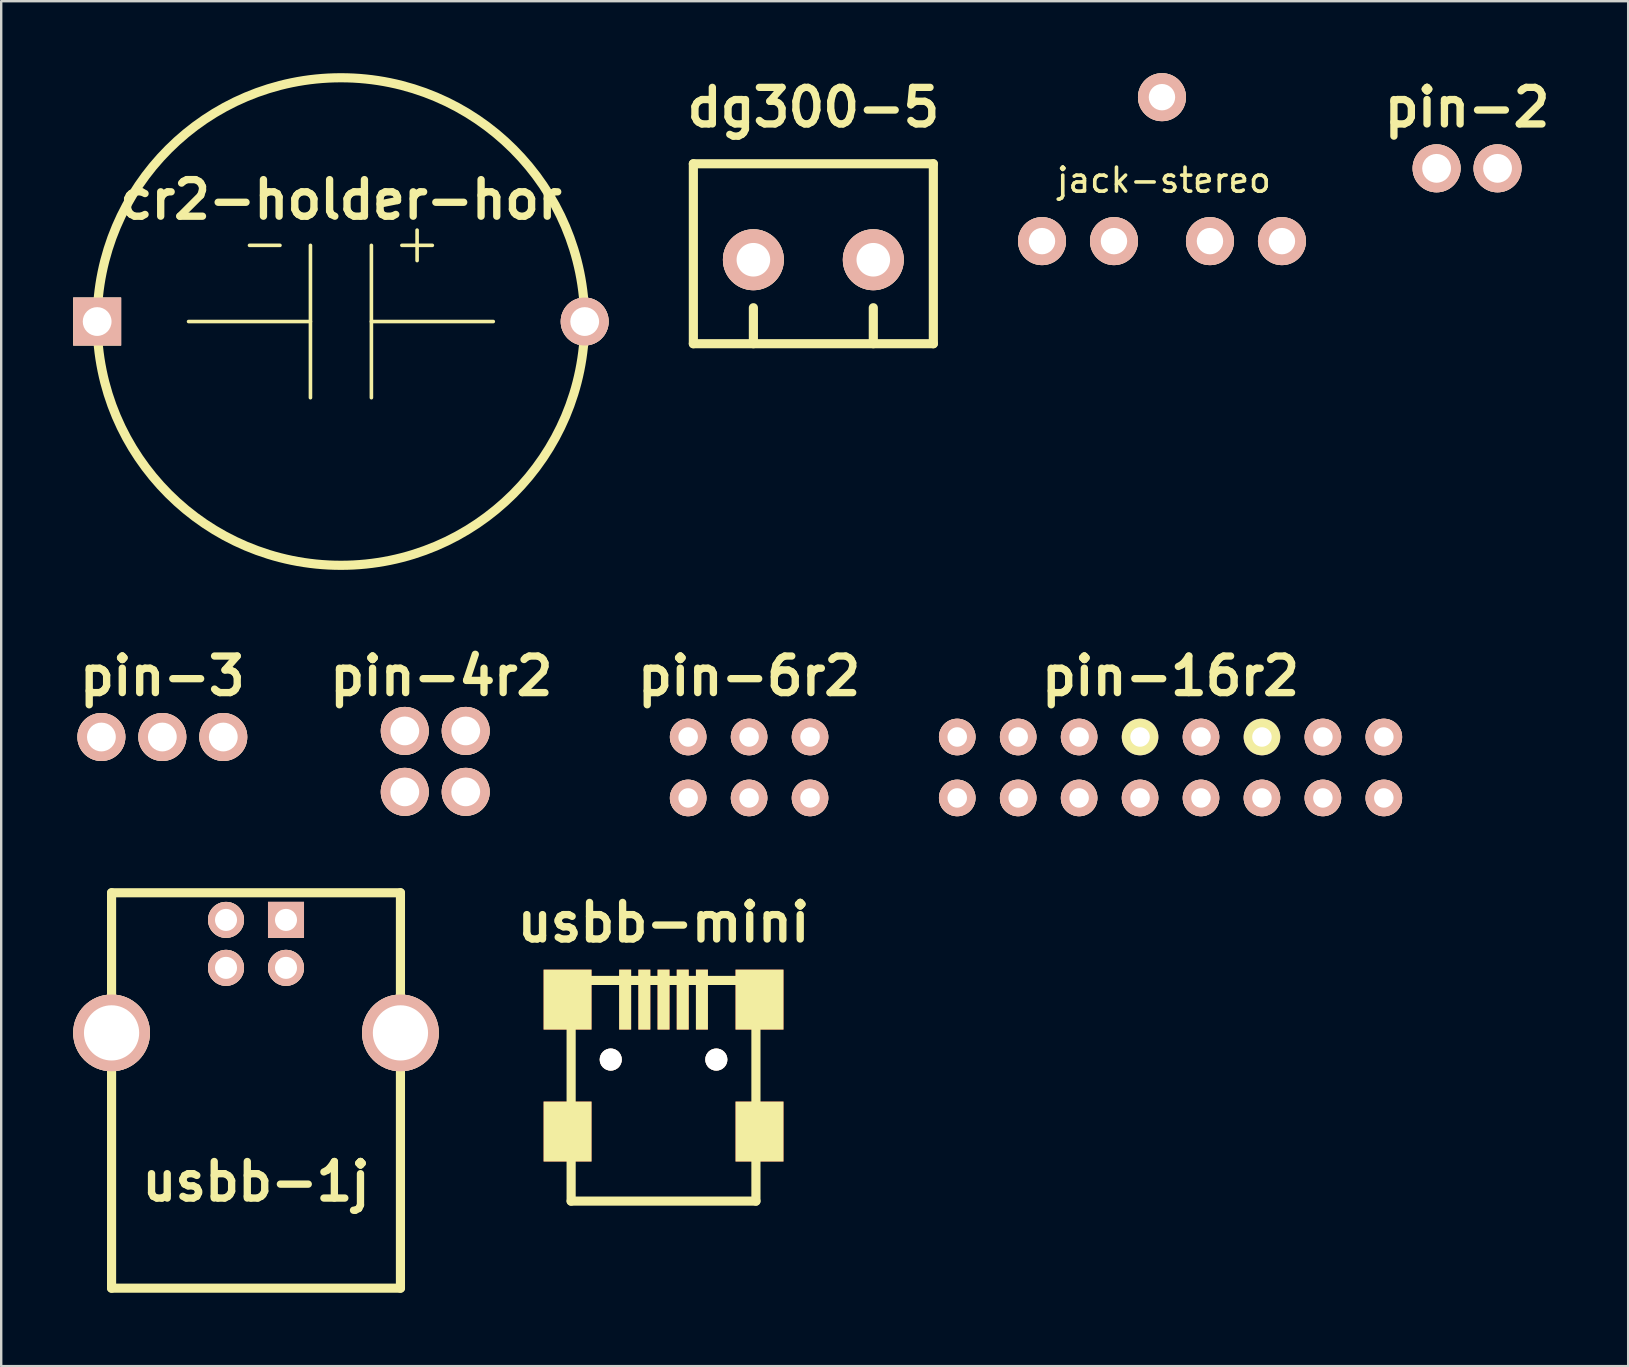
<source format=kicad_pcb>
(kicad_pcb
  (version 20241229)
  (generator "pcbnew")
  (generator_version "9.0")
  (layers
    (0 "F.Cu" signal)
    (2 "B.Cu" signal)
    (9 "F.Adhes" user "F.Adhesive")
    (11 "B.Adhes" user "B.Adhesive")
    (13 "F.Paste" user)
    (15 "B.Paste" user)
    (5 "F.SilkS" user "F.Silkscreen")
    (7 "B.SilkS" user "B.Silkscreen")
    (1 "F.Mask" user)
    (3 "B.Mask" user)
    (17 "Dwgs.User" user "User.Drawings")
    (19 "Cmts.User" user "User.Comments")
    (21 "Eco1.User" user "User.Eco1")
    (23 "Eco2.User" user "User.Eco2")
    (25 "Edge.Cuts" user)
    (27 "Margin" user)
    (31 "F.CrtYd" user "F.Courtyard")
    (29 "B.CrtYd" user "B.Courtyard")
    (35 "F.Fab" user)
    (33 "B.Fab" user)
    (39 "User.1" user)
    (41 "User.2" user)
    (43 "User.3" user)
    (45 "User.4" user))
  (footprint "pin-3"
    (layer "F.Cu")
    (at 1.176 27.667)
    (property "Reference" "pin-3" (at 2.54 -2.54 0) (layer "F.SilkS") (effects (font (size 1.524 1.524) (thickness 0.305))))
    (attr through_hole)
    (pad "1" thru_hole circle (at 0 0) (size 2 2) (drill 1.2) (layers "*.Cu" "*.SilkS" "*.Mask"))
    (pad "2" thru_hole circle (at 2.54 0) (size 2 2) (drill 1.2) (layers "*.Cu" "*.SilkS" "*.Mask"))
    (pad "3" thru_hole circle (at 5.08 0) (size 2 2) (drill 1.2) (layers "*.Cu" "*.SilkS" "*.Mask")))
  (footprint "jack-stereo"
    (layer "F.Cu")
    (at 40.379 7)
    (property "Reference" "jack-stereo" (at 5.08 -2.54 0) (layer "F.SilkS") (effects (font (size 1 1) (thickness 0.15))))
    (attr through_hole)
    (pad "" np_thru_hole circle (at 3 0) (size 2 2) (drill 1.1) (layers "*.Cu" "*.SilkS" "*.Mask"))
    (pad "" np_thru_hole circle (at 7 0) (size 2 2) (drill 1.1) (layers "*.Cu" "*.SilkS" "*.Mask"))
    (pad "1" thru_hole circle (at 0 0) (size 2 2) (drill 1.1) (layers "*.Cu" "*.SilkS" "*.Mask"))
    (pad "2" thru_hole circle (at 10 0) (size 2 2) (drill 1.1) (layers "*.Cu" "*.SilkS" "*.Mask"))
    (pad "3" thru_hole circle (at 5 -6) (size 2 2) (drill 1.1) (layers "*.Cu" "*.SilkS" "*.Mask")))
  (footprint "pin-6r2"
    (layer "F.Cu")
    (at 28.171 30.207)
    (property "Reference" "pin-6r2" (at 0 -5.08 0) (layer "F.SilkS") (effects (font (size 1.524 1.524) (thickness 0.305))))
    (attr through_hole)
    (pad "1" thru_hole circle (at -2.54 0) (size 1.524 1.524) (drill 0.813) (layers "*.Cu" "*.SilkS" "*.Mask"))
    (pad "2" thru_hole circle (at 0 0) (size 1.524 1.524) (drill 0.813) (layers "*.Cu" "*.SilkS" "*.Mask"))
    (pad "3" thru_hole circle (at 2.54 0) (size 1.524 1.524) (drill 0.813) (layers "*.Cu" "*.SilkS" "*.Mask"))
    (pad "4" thru_hole circle (at 2.54 -2.54) (size 1.524 1.524) (drill 0.813) (layers "*.Cu" "*.SilkS" "*.Mask"))
    (pad "5" thru_hole circle (at 0 -2.54) (size 1.524 1.524) (drill 0.813) (layers "*.Cu" "*.SilkS" "*.Mask"))
    (pad "6" thru_hole circle (at -2.54 -2.54) (size 1.524 1.524) (drill 0.813) (layers "*.Cu" "*.SilkS" "*.Mask")))
  (footprint "pin-2"
    (layer "F.Cu")
    (at 56.825 3.966)
    (property "Reference" "pin-2" (at 1.27 -2.54 180) (layer "F.SilkS") (effects (font (size 1.524 1.524) (thickness 0.305))))
    (attr through_hole)
    (pad "1" thru_hole circle (at 0 0) (size 2 2) (drill 1.2) (layers "*.Cu" "*.SilkS" "*.Mask"))
    (pad "2" thru_hole circle (at 2.54 0) (size 2 2) (drill 1.2) (layers "*.Cu" "*.SilkS" "*.Mask")))
  (footprint "pin-16r2"
    (layer "F.Cu")
    (at 36.846 27.667)
    (property "Reference" "pin-16r2" (at 8.89 -2.54 0) (layer "F.SilkS") (effects (font (size 1.524 1.524) (thickness 0.305))))
    (attr through_hole)
    (pad "1" thru_hole circle (at 0 0) (size 1.524 1.524) (drill 0.813) (layers "*.Cu" "*.SilkS" "*.Mask"))
    (pad "2" thru_hole circle (at 2.54 0) (size 1.524 1.524) (drill 0.813) (layers "*.Cu" "*.SilkS" "*.Mask"))
    (pad "3" thru_hole circle (at 5.08 0) (size 1.524 1.524) (drill 0.813) (layers "*.Cu" "*.SilkS" "*.Mask"))
    (pad "4" thru_hole circle (at 7.62 0) (size 1.524 1.524) (drill 0.813) (layers "*.Cu" "*.Mask" "F.SilkS"))
    (pad "5" thru_hole circle (at 10.16 0) (size 1.524 1.524) (drill 0.813) (layers "*.Cu" "*.SilkS" "*.Mask"))
    (pad "6" thru_hole circle (at 12.7 0) (size 1.524 1.524) (drill 0.813) (layers "*.Cu" "*.Mask" "F.SilkS"))
    (pad "7" thru_hole circle (at 15.24 0) (size 1.524 1.524) (drill 0.813) (layers "*.Cu" "*.SilkS" "*.Mask"))
    (pad "8" thru_hole circle (at 17.78 0) (size 1.524 1.524) (drill 0.813) (layers "*.Cu" "*.SilkS" "*.Mask"))
    (pad "9" thru_hole circle (at 17.78 2.54) (size 1.524 1.524) (drill 0.813) (layers "*.Cu" "*.SilkS" "*.Mask"))
    (pad "10" thru_hole circle (at 15.24 2.54) (size 1.524 1.524) (drill 0.813) (layers "*.Cu" "*.SilkS" "*.Mask"))
    (pad "11" thru_hole circle (at 12.7 2.54) (size 1.524 1.524) (drill 0.813) (layers "*.Cu" "*.SilkS" "*.Mask"))
    (pad "12" thru_hole circle (at 10.16 2.54) (size 1.524 1.524) (drill 0.813) (layers "*.Cu" "*.SilkS" "*.Mask"))
    (pad "13" thru_hole circle (at 5.08 2.54) (size 1.524 1.524) (drill 0.813) (layers "*.Cu" "*.SilkS" "*.Mask"))
    (pad "14" thru_hole circle (at 2.54 2.54) (size 1.524 1.524) (drill 0.813) (layers "*.Cu" "*.SilkS" "*.Mask"))
    (pad "15" thru_hole circle (at 7.62 2.54) (size 1.524 1.524) (drill 0.813) (layers "*.Cu" "*.SilkS" "*.Mask"))
    (pad "16" thru_hole circle (at 0 2.54) (size 1.524 1.524) (drill 0.813) (layers "*.Cu" "*.SilkS" "*.Mask")))
  (footprint "pin-4r2"
    (layer "F.Cu")
    (at 13.82 29.953)
    (property "Reference" "pin-4r2" (at 1.524 -4.826 0) (layer "F.SilkS") (effects (font (size 1.524 1.524) (thickness 0.305))))
    (attr through_hole)
    (pad "1" thru_hole circle (at 0 0) (size 2 2) (drill 1.2) (layers "*.Cu" "*.SilkS" "*.Mask"))
    (pad "2" thru_hole circle (at 2.54 0) (size 2 2) (drill 1.2) (layers "*.Cu" "*.SilkS" "*.Mask"))
    (pad "3" thru_hole circle (at 2.54 -2.54) (size 2 2) (drill 1.2) (layers "*.Cu" "*.SilkS" "*.Mask"))
    (pad "4" thru_hole circle (at 0 -2.54) (size 2 2) (drill 1.2) (layers "*.Cu" "*.SilkS" "*.Mask")))
  (footprint "cr2-holder-hor"
    (layer "F.Cu")
    (at 0.999 10.351)
    (property "Reference" "cr2-holder-hor" (at 10.16 -5.08 0) (layer "F.SilkS") (effects (font (size 1.524 1.524) (thickness 0.305))))
    (attr through_hole)
    (fp_line (start 7.62 -3.175) (end 6.35 -3.175) (stroke (width 0.15) (type solid)) (layer "F.SilkS"))
    (fp_line (start 8.89 -3.175) (end 8.89 3.175) (stroke (width 0.15) (type solid)) (layer "F.SilkS"))
    (fp_line (start 8.89 0) (end 3.81 0) (stroke (width 0.15) (type solid)) (layer "F.SilkS"))
    (fp_line (start 11.43 -3.175) (end 11.43 3.175) (stroke (width 0.15) (type solid)) (layer "F.SilkS"))
    (fp_line (start 11.43 0) (end 16.51 0) (stroke (width 0.15) (type solid)) (layer "F.SilkS"))
    (fp_line (start 12.7 -3.175) (end 13.97 -3.175) (stroke (width 0.15) (type solid)) (layer "F.SilkS"))
    (fp_line (start 13.335 -3.81) (end 13.335 -2.54) (stroke (width 0.15) (type solid)) (layer "F.SilkS"))
    (fp_circle (center 10.16 0) (end 10.16 -10.16) (stroke (width 0.381) (type solid)) (fill no) (layer "F.SilkS"))
    (pad "1" thru_hole circle (at 20.32 0) (size 1.999 1.999) (drill 1.199) (layers "*.Cu" "*.SilkS" "*.Mask"))
    (pad "2" thru_hole rect (at 0 0) (size 1.999 1.999) (drill 1.199) (layers "*.Cu" "*.SilkS" "*.Mask")))
  (footprint "usbb-mini"
    (layer "F.Cu")
    (at 24.605 41.111)
    (property "Reference" "usbb-mini" (at 0 -5.715 0) (layer "F.SilkS") (effects (font (size 1.524 1.524) (thickness 0.305))))
    (attr through_hole)
    (fp_line (start -3.851 -3.299) (end -3.851 5.9) (stroke (width 0.381) (type solid)) (layer "F.SilkS"))
    (fp_line (start -3.851 5.9) (end 3.851 5.9) (stroke (width 0.381) (type solid)) (layer "F.SilkS"))
    (fp_line (start 3.851 -3.299) (end -3.851 -3.299) (stroke (width 0.381) (type solid)) (layer "F.SilkS"))
    (fp_line (start 3.851 5.9) (end 3.851 -3.299) (stroke (width 0.381) (type solid)) (layer "F.SilkS"))
    (pad "" smd rect (at -4 -2.499) (size 1.999 2.499) (layers "F.Cu" "F.Mask" "F.SilkS"))
    (pad "" smd rect (at -4 3) (size 1.999 2.499) (layers "F.Cu" "F.Mask" "F.SilkS"))
    (pad "" np_thru_hole circle (at -2.2 0) (size 0.919 0.919) (drill 0.919) (layers "*.Cu" "*.SilkS" "*.Mask"))
    (pad "" np_thru_hole circle (at 2.2 0) (size 0.919 0.919) (drill 0.919) (layers "*.Cu" "*.SilkS" "*.Mask"))
    (pad "" smd rect (at 4 -2.499) (size 1.999 2.499) (layers "F.Cu" "F.Mask" "F.SilkS"))
    (pad "" smd rect (at 4 3) (size 1.999 2.499) (layers "F.Cu" "F.Mask" "F.SilkS"))
    (pad "1" smd rect (at -1.6 -2.499) (size 0.5 2.499) (layers "F.Cu" "F.Mask" "F.SilkS"))
    (pad "2" smd rect (at -0.8 -2.499) (size 0.5 2.499) (layers "F.Cu" "F.Mask" "F.SilkS"))
    (pad "3" smd rect (at 0 -2.499) (size 0.5 2.499) (layers "F.Cu" "F.Mask" "F.SilkS"))
    (pad "4" smd rect (at 0.8 -2.499) (size 0.5 2.499) (layers "F.Cu" "F.Mask" "F.SilkS"))
    (pad "5" smd rect (at 1.6 -2.499) (size 0.5 2.499) (layers "F.Cu" "F.Mask" "F.SilkS")))
  (footprint "dg300-5"
    (layer "F.Cu")
    (at 30.849 7.776)
    (property "Reference" "dg300-5" (at 0 -6.35 0) (layer "F.SilkS") (effects (font (size 1.524 1.524) (thickness 0.305))))
    (attr through_hole)
    (fp_line (start -5.001 -4) (end -5.001 3.5) (stroke (width 0.381) (type solid)) (layer "F.SilkS"))
    (fp_line (start -5.001 3.5) (end 5.001 3.5) (stroke (width 0.381) (type solid)) (layer "F.SilkS"))
    (fp_line (start -2.499 3.5) (end -2.499 1.999) (stroke (width 0.381) (type solid)) (layer "F.SilkS"))
    (fp_line (start 2.499 3.5) (end 2.499 1.999) (stroke (width 0.381) (type solid)) (layer "F.SilkS"))
    (fp_line (start 5.001 -4) (end -5.001 -4) (stroke (width 0.381) (type solid)) (layer "F.SilkS"))
    (fp_line (start 5.001 3.5) (end 5.001 -4) (stroke (width 0.381) (type solid)) (layer "F.SilkS"))
    (pad "1" thru_hole circle (at -2.499 0) (size 2.54 2.54) (drill 1.4) (layers "*.Cu" "*.SilkS" "*.Mask"))
    (pad "2" thru_hole circle (at 2.499 0) (size 2.54 2.54) (drill 1.4) (layers "*.Cu" "*.SilkS" "*.Mask")))
  (footprint "usbb-1j"
    (layer "F.Cu")
    (at 7.62 50.639)
    (property "Reference" "usbb-1j" (at 0 -4.445 0) (layer "F.SilkS") (effects (font (size 1.524 1.524) (thickness 0.305))))
    (attr through_hole)
    (fp_line (start -6.02 -16.48) (end 6.02 -16.48) (stroke (width 0.381) (type solid)) (layer "F.SilkS"))
    (fp_line (start -6.02 0) (end -6.02 -16.48) (stroke (width 0.381) (type solid)) (layer "F.SilkS"))
    (fp_line (start -6.02 0) (end 6.02 0) (stroke (width 0.381) (type solid)) (layer "F.SilkS"))
    (fp_line (start 6.02 -16.48) (end 6.02 0) (stroke (width 0.381) (type solid)) (layer "F.SilkS"))
    (pad "" np_thru_hole circle (at -6.02 -10.64) (size 3.2 3.2) (drill 2.301) (layers "*.Cu" "*.SilkS" "*.Mask"))
    (pad "" np_thru_hole circle (at 6.02 -10.64) (size 3.2 3.2) (drill 2.301) (layers "*.Cu" "*.SilkS" "*.Mask"))
    (pad "1" thru_hole circle (at -1.25 -15.349) (size 1.501 1.501) (drill 0.919) (layers "*.Cu" "*.SilkS" "*.Mask"))
    (pad "2" thru_hole circle (at -1.25 -13.35) (size 1.501 1.501) (drill 0.919) (layers "*.Cu" "*.SilkS" "*.Mask"))
    (pad "3" thru_hole circle (at 1.25 -13.35) (size 1.501 1.501) (drill 0.919) (layers "*.Cu" "*.SilkS" "*.Mask"))
    (pad "4" thru_hole rect (at 1.25 -15.349) (size 1.501 1.501) (drill 0.919) (layers "*.Cu" "*.SilkS" "*.Mask")))
  (gr_rect
    (start -3 -3)
    (end 64.81 53.889)
    (stroke (width 0.1) (type default))
    (fill no)
    (layer "Edge.Cuts")))
</source>
